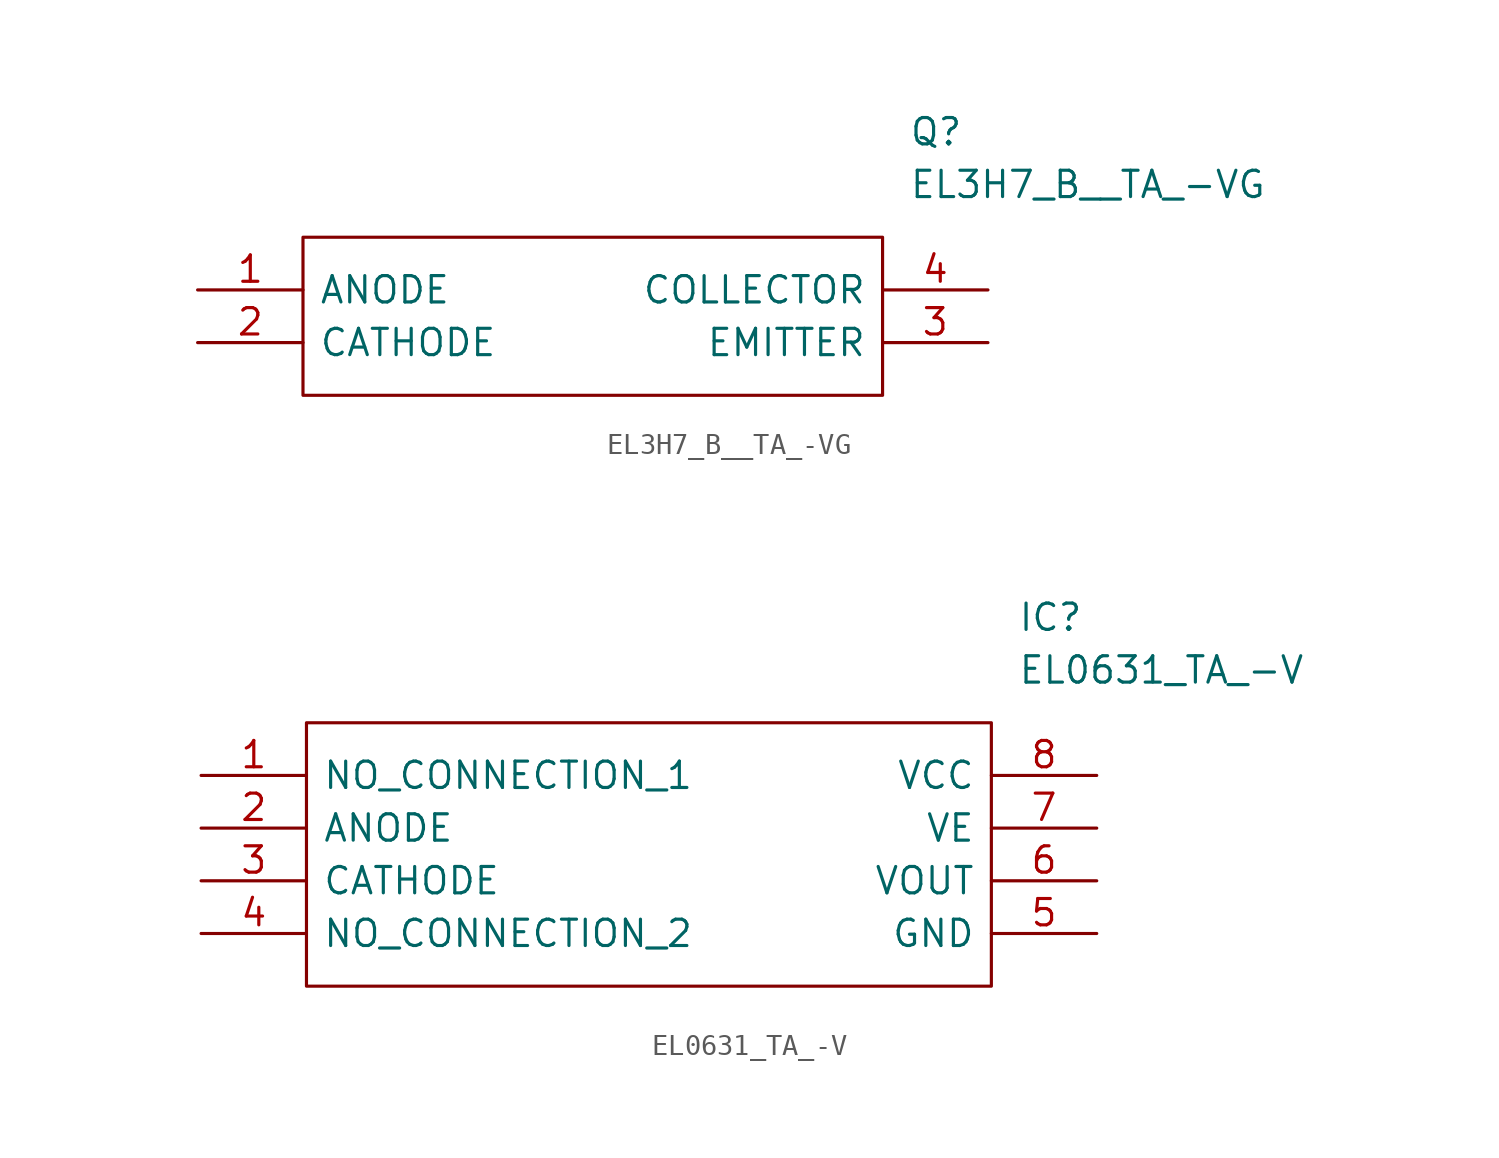
<source format=kicad_sym>
(kicad_symbol_lib
  (version 20211014)
  (generator kicad_symbol_editor)
  (symbol "EL3H7_B__TA_-VG"
    (pin_names
      (offset 0.762))
    (property "Reference" "Q"
      (at 34.29 7.62 0)
      (effects (font (size 1.27 1.27)) (justify left)))
    (property "Value" "EL3H7_B__TA_-VG"
      (at 34.29 5.08 0)
      (effects (font (size 1.27 1.27)) (justify left)))
    (symbol "EL3H7_B__TA_-VG_0_0"
      (pin passive line (at 0 0 0) (length 5.08) (name "ANODE" (effects (font (size 1.27 1.27)))) (number "1" (effects (font (size 1.27 1.27)))))
      (pin passive line (at 0 -2.54 0) (length 5.08) (name "CATHODE" (effects (font (size 1.27 1.27)))) (number "2" (effects (font (size 1.27 1.27)))))
      (pin passive line (at 38.1 -2.54 180) (length 5.08) (name "EMITTER" (effects (font (size 1.27 1.27)))) (number "3" (effects (font (size 1.27 1.27)))))
      (pin passive line (at 38.1 0 180) (length 5.08) (name "COLLECTOR" (effects (font (size 1.27 1.27)))) (number "4" (effects (font (size 1.27 1.27))))))
    (symbol "EL3H7_B__TA_-VG_0_1"
      (polyline (pts (xy 5.08 2.54) (xy 33.02 2.54) (xy 33.02 -5.08) (xy 5.08 -5.08) (xy 5.08 2.54)) (stroke (width 0.152) (type default) (color 0 0 0 0)) (fill (type none)))))
  (symbol "EL0631_TA_-V"
    (pin_names
      (offset 0.762))
    (property "Reference" "IC"
      (at 39.37 7.62 0)
      (effects (font (size 1.27 1.27)) (justify left)))
    (property "Value" "EL0631_TA_-V"
      (at 39.37 5.08 0)
      (effects (font (size 1.27 1.27)) (justify left)))
    (symbol "EL0631_TA_-V_0_0"
      (pin passive line (at 0 0 0) (length 5.08) (name "NO_CONNECTION_1" (effects (font (size 1.27 1.27)))) (number "1" (effects (font (size 1.27 1.27)))))
      (pin passive line (at 0 -2.54 0) (length 5.08) (name "ANODE" (effects (font (size 1.27 1.27)))) (number "2" (effects (font (size 1.27 1.27)))))
      (pin passive line (at 0 -5.08 0) (length 5.08) (name "CATHODE" (effects (font (size 1.27 1.27)))) (number "3" (effects (font (size 1.27 1.27)))))
      (pin passive line (at 0 -7.62 0) (length 5.08) (name "NO_CONNECTION_2" (effects (font (size 1.27 1.27)))) (number "4" (effects (font (size 1.27 1.27)))))
      (pin passive line (at 43.18 -7.62 180) (length 5.08) (name "GND" (effects (font (size 1.27 1.27)))) (number "5" (effects (font (size 1.27 1.27)))))
      (pin passive line (at 43.18 -5.08 180) (length 5.08) (name "VOUT" (effects (font (size 1.27 1.27)))) (number "6" (effects (font (size 1.27 1.27)))))
      (pin passive line (at 43.18 -2.54 180) (length 5.08) (name "VE" (effects (font (size 1.27 1.27)))) (number "7" (effects (font (size 1.27 1.27)))))
      (pin passive line (at 43.18 0 180) (length 5.08) (name "VCC" (effects (font (size 1.27 1.27)))) (number "8" (effects (font (size 1.27 1.27))))))
    (symbol "EL0631_TA_-V_0_1"
      (polyline (pts (xy 5.08 2.54) (xy 38.1 2.54) (xy 38.1 -10.16) (xy 5.08 -10.16) (xy 5.08 2.54)) (stroke (width 0.152) (type default) (color 0 0 0 0)) (fill (type none))))))
</source>
